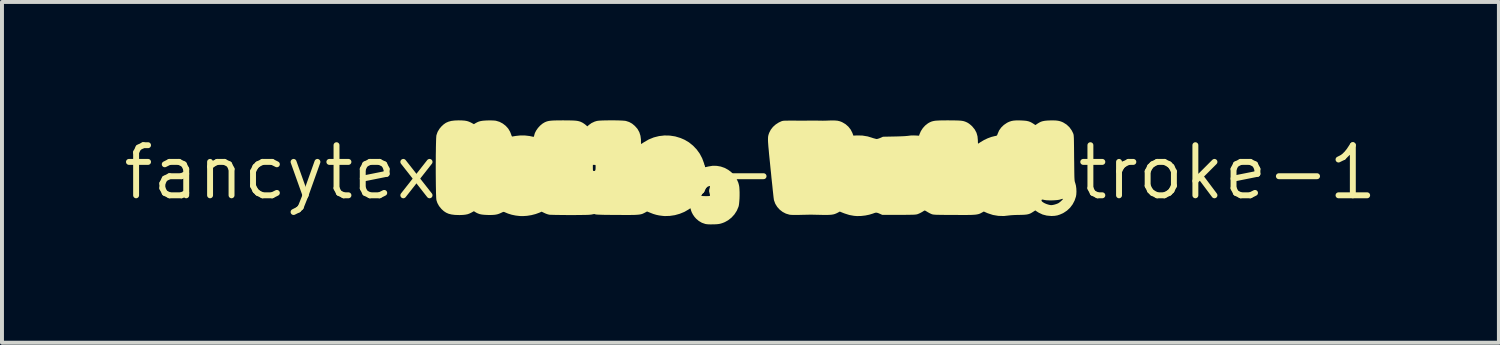
<source format=kicad_pcb>
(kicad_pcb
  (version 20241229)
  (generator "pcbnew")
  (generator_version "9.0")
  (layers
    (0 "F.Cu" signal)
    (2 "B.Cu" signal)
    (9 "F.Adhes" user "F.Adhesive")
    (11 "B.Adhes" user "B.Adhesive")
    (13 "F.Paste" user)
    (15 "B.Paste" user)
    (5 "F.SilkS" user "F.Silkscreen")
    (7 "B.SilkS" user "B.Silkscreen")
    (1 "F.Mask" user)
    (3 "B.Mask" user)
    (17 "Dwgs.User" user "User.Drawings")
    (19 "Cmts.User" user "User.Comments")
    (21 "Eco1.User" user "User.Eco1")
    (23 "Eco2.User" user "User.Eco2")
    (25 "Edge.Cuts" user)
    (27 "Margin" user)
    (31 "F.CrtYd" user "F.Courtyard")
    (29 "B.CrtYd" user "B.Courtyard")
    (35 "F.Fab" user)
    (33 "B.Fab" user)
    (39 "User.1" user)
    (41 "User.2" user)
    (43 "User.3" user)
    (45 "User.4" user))
  (footprint "fancytext-hello-world-stroke-1"
    (layer "F.Cu")
    (at 15.973 1.321)
    (property "Reference" "fancytext-hello-world-stroke-1" (at 0 0 0) (layer "F.SilkS") (effects (font (size 1.27 1.27) (thickness 0.15))))
    (attr board_only exclude_from_pos_files exclude_from_bom)
    (fp_poly (pts (xy -3.437 -1.32) (xy -3.359 -1.319) (xy -3.289 -1.316) (xy -3.229 -1.313) (xy -3.183 -1.309) (xy -3.157 -1.305) (xy -3.074 -1.278) (xy -3 -1.237) (xy -2.93 -1.179) (xy -2.929 -1.178) (xy -2.864 -1.104) (xy -2.817 -1.021) (xy -2.788 -0.93) (xy -2.775 -0.829) (xy -2.775 -0.803) (xy -2.775 -0.765) (xy -2.773 -0.736) (xy -2.772 -0.721) (xy -2.771 -0.72) (xy -2.762 -0.725) (xy -2.74 -0.739) (xy -2.71 -0.759) (xy -2.699 -0.766) (xy -2.578 -0.836) (xy -2.45 -0.888) (xy -2.318 -0.921) (xy -2.181 -0.937) (xy -2.044 -0.934) (xy -1.907 -0.913) (xy -1.774 -0.873) (xy -1.674 -0.83) (xy -1.559 -0.763) (xy -1.455 -0.679) (xy -1.363 -0.583) (xy -1.285 -0.475) (xy -1.223 -0.357) (xy -1.177 -0.233) (xy -1.173 -0.217) (xy -1.163 -0.179) (xy -1.155 -0.15) (xy -1.15 -0.134) (xy -1.15 -0.132) (xy -1.14 -0.134) (xy -1.116 -0.139) (xy -1.082 -0.147) (xy -1.07 -0.15) (xy -0.962 -0.168) (xy -0.855 -0.167) (xy -0.752 -0.149) (xy -0.654 -0.115) (xy -0.562 -0.065) (xy -0.48 -0.002) (xy -0.409 0.074) (xy -0.351 0.162) (xy -0.308 0.259) (xy -0.29 0.324) (xy -0.282 0.372) (xy -0.278 0.433) (xy -0.275 0.504) (xy -0.275 0.58) (xy -0.277 0.656) (xy -0.282 0.729) (xy -0.288 0.793) (xy -0.296 0.845) (xy -0.303 0.87) (xy -0.346 0.971) (xy -0.406 1.064) (xy -0.48 1.145) (xy -0.566 1.213) (xy -0.662 1.265) (xy -0.718 1.286) (xy -0.755 1.297) (xy -0.789 1.305) (xy -0.826 1.31) (xy -0.871 1.314) (xy -0.929 1.316) (xy -0.945 1.316) (xy -1.019 1.317) (xy -1.077 1.315) (xy -1.122 1.31) (xy -1.147 1.305) (xy -1.231 1.276) (xy -1.308 1.231) (xy -1.372 1.177) (xy -1.418 1.126) (xy -1.458 1.068) (xy -1.489 1.009) (xy -1.509 0.953) (xy -1.511 0.944) (xy -1.516 0.922) (xy -1.521 0.91) (xy -1.522 0.91) (xy -1.532 0.915) (xy -1.553 0.928) (xy -1.568 0.939) (xy -1.674 1) (xy -1.791 1.048) (xy -1.916 1.083) (xy -2.044 1.102) (xy -2.171 1.106) (xy -2.23 1.101) (xy -2.315 1.09) (xy -2.39 1.074) (xy -2.464 1.052) (xy -2.535 1.024) (xy -2.621 0.99) (xy -2.676 1.02) (xy -2.7 1.032) (xy -2.723 1.043) (xy -2.747 1.053) (xy -2.774 1.06) (xy -2.805 1.066) (xy -2.843 1.071) (xy -2.888 1.074) (xy -2.943 1.077) (xy -3.01 1.078) (xy -3.09 1.079) (xy -3.186 1.079) (xy -3.298 1.078) (xy -3.385 1.078) (xy -3.511 1.077) (xy -3.617 1.076) (xy -3.706 1.075) (xy -3.778 1.073) (xy -3.835 1.071) (xy -3.877 1.069) (xy -3.906 1.067) (xy -3.924 1.064) (xy -3.928 1.063) (xy -3.948 1.056) (xy -3.972 1.056) (xy -4.007 1.063) (xy -4.018 1.065) (xy -4.036 1.069) (xy -4.06 1.071) (xy -4.092 1.074) (xy -4.133 1.076) (xy -4.184 1.077) (xy -4.248 1.078) (xy -4.326 1.079) (xy -4.421 1.08) (xy -4.533 1.08) (xy -4.566 1.08) (xy -4.673 1.08) (xy -4.772 1.079) (xy -4.862 1.078) (xy -4.942 1.077) (xy -5.008 1.075) (xy -5.059 1.074) (xy -5.093 1.072) (xy -5.106 1.07) (xy -5.144 1.06) (xy -5.189 1.044) (xy -5.226 1.027) (xy -5.293 0.995) (xy -5.345 1.018) (xy -5.443 1.054) (xy -5.551 1.082) (xy -5.662 1.1) (xy -5.77 1.107) (xy -5.845 1.105) (xy -5.95 1.093) (xy -6.052 1.072) (xy -6.145 1.043) (xy -6.225 1.01) (xy -6.233 1.006) (xy -6.248 1) (xy -6.264 1.001) (xy -6.286 1.008) (xy -6.32 1.025) (xy -6.323 1.026) (xy -6.371 1.047) (xy -6.422 1.063) (xy -6.478 1.073) (xy -6.543 1.078) (xy -6.623 1.079) (xy -6.67 1.078) (xy -6.749 1.074) (xy -6.812 1.067) (xy -6.865 1.056) (xy -6.911 1.039) (xy -6.956 1.017) (xy -6.975 1.005) (xy -7.01 0.983) (xy -7.07 1.016) (xy -7.12 1.041) (xy -7.169 1.059) (xy -7.223 1.07) (xy -7.285 1.077) (xy -7.361 1.08) (xy -7.39 1.08) (xy -7.491 1.077) (xy -7.577 1.066) (xy -7.65 1.048) (xy -7.714 1.02) (xy -7.772 0.982) (xy -7.827 0.932) (xy -7.833 0.926) (xy -7.893 0.853) (xy -7.936 0.775) (xy -7.96 0.703) (xy -7.963 0.681) (xy -7.966 0.641) (xy -7.968 0.586) (xy -1.245 0.586) (xy -1.241 0.592) (xy -1.228 0.596) (xy -1.202 0.599) (xy -1.16 0.6) (xy -1.135 0.6) (xy -1.087 0.6) (xy -1.055 0.599) (xy -1.037 0.596) (xy -1.028 0.592) (xy -1.025 0.584) (xy -1.025 0.578) (xy -1.029 0.554) (xy -1.037 0.523) (xy -1.039 0.514) (xy -1.048 0.476) (xy -1.045 0.439) (xy -1.044 0.434) (xy -1.032 0.39) (xy -1.027 0.362) (xy -1.027 0.348) (xy -1.032 0.343) (xy -1.044 0.344) (xy -1.046 0.345) (xy -1.092 0.366) (xy -1.139 0.399) (xy -1.158 0.418) (xy -1.176 0.441) (xy -1.196 0.474) (xy -1.216 0.511) (xy -1.233 0.547) (xy -1.243 0.575) (xy -1.245 0.586) (xy -7.968 0.586) (xy -7.968 0.584) (xy -7.971 0.514) (xy -7.972 0.431) (xy -7.974 0.338) (xy -7.975 0.237) (xy -7.976 0.13) (xy -7.977 0.018) (xy -7.977 -0.096) (xy -7.977 -0.131) (xy -3.995 -0.131) (xy -3.994 -0.087) (xy -3.993 -0.06) (xy -3.988 -0.045) (xy -3.981 -0.039) (xy -3.978 -0.037) (xy -3.953 -0.036) (xy -3.937 -0.046) (xy -3.928 -0.071) (xy -3.925 -0.112) (xy -3.925 -0.124) (xy -3.925 -0.162) (xy -3.927 -0.185) (xy -3.933 -0.197) (xy -3.944 -0.205) (xy -3.956 -0.209) (xy -3.979 -0.216) (xy -3.991 -0.22) (xy -3.991 -0.22) (xy -3.993 -0.211) (xy -3.994 -0.186) (xy -3.995 -0.15) (xy -3.995 -0.131) (xy -7.977 -0.131) (xy -7.977 -0.21) (xy -7.976 -0.323) (xy -7.976 -0.433) (xy -7.974 -0.537) (xy -7.973 -0.633) (xy -7.971 -0.72) (xy -7.969 -0.796) (xy -7.967 -0.859) (xy -7.964 -0.906) (xy -7.961 -0.936) (xy -7.96 -0.943) (xy -7.93 -1.029) (xy -7.884 -1.105) (xy -7.833 -1.166) (xy -7.778 -1.217) (xy -7.721 -1.257) (xy -7.658 -1.285) (xy -7.586 -1.305) (xy -7.501 -1.316) (xy -7.402 -1.32) (xy -7.39 -1.32) (xy -7.308 -1.318) (xy -7.242 -1.313) (xy -7.186 -1.303) (xy -7.136 -1.287) (xy -7.087 -1.265) (xy -7.07 -1.256) (xy -7.01 -1.223) (xy -6.975 -1.245) (xy -6.93 -1.27) (xy -6.886 -1.289) (xy -6.838 -1.302) (xy -6.782 -1.311) (xy -6.712 -1.316) (xy -6.666 -1.318) (xy -6.589 -1.319) (xy -6.523 -1.317) (xy -6.472 -1.313) (xy -6.451 -1.31) (xy -6.361 -1.283) (xy -6.278 -1.239) (xy -6.203 -1.181) (xy -6.141 -1.112) (xy -6.093 -1.032) (xy -6.069 -0.97) (xy -6.058 -0.939) (xy -6.048 -0.917) (xy -6.041 -0.91) (xy -6.026 -0.912) (xy -5.998 -0.917) (xy -5.961 -0.923) (xy -5.95 -0.925) (xy -5.838 -0.937) (xy -5.718 -0.937) (xy -5.598 -0.923) (xy -5.514 -0.905) (xy -5.497 -0.903) (xy -5.488 -0.91) (xy -5.483 -0.931) (xy -5.482 -0.938) (xy -5.464 -0.999) (xy -5.431 -1.063) (xy -5.386 -1.127) (xy -5.333 -1.185) (xy -5.275 -1.234) (xy -5.227 -1.264) (xy -5.196 -1.279) (xy -5.166 -1.291) (xy -5.134 -1.3) (xy -5.098 -1.307) (xy -5.054 -1.312) (xy -5.001 -1.316) (xy -4.937 -1.318) (xy -4.857 -1.319) (xy -4.761 -1.32) (xy -4.745 -1.32) (xy -4.646 -1.319) (xy -4.564 -1.318) (xy -4.497 -1.316) (xy -4.443 -1.313) (xy -4.398 -1.308) (xy -4.361 -1.301) (xy -4.328 -1.292) (xy -4.298 -1.281) (xy -4.268 -1.266) (xy -4.264 -1.265) (xy -4.227 -1.242) (xy -4.189 -1.215) (xy -4.175 -1.203) (xy -4.135 -1.168) (xy -4.095 -1.203) (xy -4.029 -1.251) (xy -3.95 -1.288) (xy -3.893 -1.305) (xy -3.86 -1.31) (xy -3.812 -1.314) (xy -3.749 -1.317) (xy -3.678 -1.319) (xy -3.599 -1.32) (xy -3.518 -1.321)) (stroke (width 0) (type solid)) (fill yes) (layer "F.SilkS"))
    (fp_poly (pts (xy 5.115 -1.319) (xy 5.197 -1.318) (xy 5.264 -1.316) (xy 5.319 -1.313) (xy 5.364 -1.308) (xy 5.401 -1.301) (xy 5.434 -1.291) (xy 5.465 -1.279) (xy 5.496 -1.264) (xy 5.506 -1.259) (xy 5.542 -1.236) (xy 5.582 -1.204) (xy 5.62 -1.17) (xy 5.623 -1.166) (xy 5.686 -1.089) (xy 5.73 -1.006) (xy 5.756 -0.915) (xy 5.765 -0.815) (xy 5.765 -0.808) (xy 5.766 -0.771) (xy 5.767 -0.744) (xy 5.77 -0.731) (xy 5.771 -0.73) (xy 5.781 -0.735) (xy 5.803 -0.749) (xy 5.832 -0.768) (xy 5.833 -0.769) (xy 5.919 -0.82) (xy 6.013 -0.865) (xy 6.109 -0.9) (xy 6.2 -0.923) (xy 6.211 -0.924) (xy 6.235 -0.93) (xy 6.249 -0.939) (xy 6.259 -0.957) (xy 6.269 -0.985) (xy 6.304 -1.065) (xy 6.356 -1.138) (xy 6.423 -1.203) (xy 6.501 -1.256) (xy 6.529 -1.271) (xy 6.574 -1.29) (xy 6.619 -1.304) (xy 6.666 -1.313) (xy 6.722 -1.318) (xy 6.79 -1.319) (xy 6.849 -1.318) (xy 6.928 -1.314) (xy 6.991 -1.308) (xy 7.044 -1.297) (xy 7.09 -1.281) (xy 7.135 -1.258) (xy 7.172 -1.235) (xy 7.224 -1.201) (xy 7.274 -1.235) (xy 7.32 -1.263) (xy 7.364 -1.285) (xy 7.409 -1.299) (xy 7.461 -1.309) (xy 7.524 -1.315) (xy 7.59 -1.318) (xy 7.673 -1.319) (xy 7.74 -1.317) (xy 7.797 -1.31) (xy 7.846 -1.299) (xy 7.893 -1.283) (xy 7.93 -1.266) (xy 8.013 -1.214) (xy 8.085 -1.147) (xy 8.144 -1.065) (xy 8.177 -0.999) (xy 8.182 -0.987) (xy 8.186 -0.975) (xy 8.19 -0.962) (xy 8.193 -0.945) (xy 8.195 -0.924) (xy 8.197 -0.896) (xy 8.199 -0.859) (xy 8.2 -0.813) (xy 8.201 -0.755) (xy 8.202 -0.683) (xy 8.203 -0.597) (xy 8.204 -0.494) (xy 8.205 -0.373) (xy 8.205 -0.37) (xy 8.207 -0.248) (xy 8.208 -0.145) (xy 8.209 -0.058) (xy 8.21 0.014) (xy 8.211 0.072) (xy 8.212 0.119) (xy 8.214 0.157) (xy 8.216 0.186) (xy 8.218 0.209) (xy 8.221 0.227) (xy 8.225 0.242) (xy 8.229 0.256) (xy 8.234 0.27) (xy 8.234 0.27) (xy 8.251 0.333) (xy 8.261 0.408) (xy 8.264 0.487) (xy 8.26 0.562) (xy 8.251 0.613) (xy 8.217 0.714) (xy 8.167 0.809) (xy 8.102 0.895) (xy 8.024 0.968) (xy 7.936 1.026) (xy 7.915 1.037) (xy 7.844 1.068) (xy 7.78 1.089) (xy 7.715 1.1) (xy 7.642 1.104) (xy 7.625 1.104) (xy 7.512 1.094) (xy 7.407 1.067) (xy 7.307 1.02) (xy 7.255 0.987) (xy 7.221 0.963) (xy 7.17 0.996) (xy 7.129 1.022) (xy 7.091 1.042) (xy 7.052 1.056) (xy 7.008 1.066) (xy 6.955 1.072) (xy 6.891 1.075) (xy 6.814 1.077) (xy 6.75 1.078) (xy 6.689 1.08) (xy 6.635 1.083) (xy 6.592 1.086) (xy 6.569 1.089) (xy 6.424 1.105) (xy 6.283 1.101) (xy 6.147 1.078) (xy 6.016 1.035) (xy 5.983 1.021) (xy 5.916 0.991) (xy 5.863 1.02) (xy 5.839 1.033) (xy 5.816 1.044) (xy 5.792 1.053) (xy 5.765 1.06) (xy 5.734 1.066) (xy 5.696 1.071) (xy 5.65 1.074) (xy 5.595 1.077) (xy 5.528 1.078) (xy 5.447 1.079) (xy 5.351 1.079) (xy 5.238 1.078) (xy 5.155 1.078) (xy 5.04 1.077) (xy 4.944 1.077) (xy 4.864 1.076) (xy 4.798 1.075) (xy 4.746 1.074) (xy 4.704 1.073) (xy 4.672 1.071) (xy 4.647 1.069) (xy 4.628 1.066) (xy 4.613 1.063) (xy 4.6 1.059) (xy 4.587 1.054) (xy 4.582 1.052) (xy 4.54 1.032) (xy 4.495 1.007) (xy 4.472 0.993) (xy 4.441 0.974) (xy 4.421 0.966) (xy 4.407 0.968) (xy 4.405 0.969) (xy 4.353 1.002) (xy 4.297 1.032) (xy 4.244 1.055) (xy 4.235 1.058) (xy 4.219 1.062) (xy 4.201 1.066) (xy 4.179 1.068) (xy 4.15 1.071) (xy 4.113 1.072) (xy 4.065 1.073) (xy 4.004 1.074) (xy 3.929 1.075) (xy 3.838 1.075) (xy 3.76 1.075) (xy 3.34 1.075) (xy 3.275 1.046) (xy 3.234 1.029) (xy 3.204 1.021) (xy 3.176 1.02) (xy 3.144 1.028) (xy 3.104 1.043) (xy 3.013 1.071) (xy 2.91 1.092) (xy 2.803 1.104) (xy 2.699 1.106) (xy 2.624 1.1) (xy 2.508 1.079) (xy 2.391 1.042) (xy 2.348 1.026) (xy 2.265 0.992) (xy 2.212 1.021) (xy 2.175 1.039) (xy 2.137 1.054) (xy 2.096 1.065) (xy 2.049 1.072) (xy 1.992 1.076) (xy 1.922 1.078) (xy 1.838 1.077) (xy 1.783 1.076) (xy 1.709 1.074) (xy 1.65 1.073) (xy 1.604 1.072) (xy 1.565 1.071) (xy 1.529 1.071) (xy 1.493 1.071) (xy 1.453 1.072) (xy 1.405 1.073) (xy 1.344 1.074) (xy 1.274 1.076) (xy 1.183 1.078) (xy 1.106 1.078) (xy 1.045 1.076) (xy 1.002 1.073) (xy 0.99 1.071) (xy 0.899 1.044) (xy 0.816 1.001) (xy 0.742 0.944) (xy 0.679 0.874) (xy 0.63 0.795) (xy 0.598 0.708) (xy 0.597 0.703) (xy 7.379 0.703) (xy 7.38 0.721) (xy 7.394 0.74) (xy 7.425 0.762) (xy 7.46 0.782) (xy 7.502 0.8) (xy 7.552 0.816) (xy 7.6 0.827) (xy 7.625 0.829) (xy 7.649 0.827) (xy 7.683 0.821) (xy 7.708 0.815) (xy 7.748 0.803) (xy 7.785 0.789) (xy 7.803 0.781) (xy 7.826 0.766) (xy 7.854 0.744) (xy 7.882 0.719) (xy 7.906 0.695) (xy 7.922 0.676) (xy 7.925 0.669) (xy 7.917 0.668) (xy 7.894 0.673) (xy 7.867 0.682) (xy 7.825 0.693) (xy 7.769 0.701) (xy 7.703 0.706) (xy 7.633 0.709) (xy 7.564 0.708) (xy 7.502 0.705) (xy 7.453 0.698) (xy 7.417 0.69) (xy 7.396 0.688) (xy 7.386 0.691) (xy 7.38 0.699) (xy 7.379 0.703) (xy 0.597 0.703) (xy 0.594 0.69) (xy 0.592 0.673) (xy 0.587 0.638) (xy 0.581 0.586) (xy 0.574 0.519) (xy 0.565 0.439) (xy 0.556 0.347) (xy 0.545 0.246) (xy 0.533 0.136) (xy 0.522 0.02) (xy 0.51 -0.091) (xy 0.496 -0.235) (xy 0.483 -0.361) (xy 0.472 -0.469) (xy 0.464 -0.563) (xy 0.456 -0.642) (xy 0.451 -0.709) (xy 0.447 -0.764) (xy 0.445 -0.811) (xy 0.445 -0.849) (xy 0.446 -0.88) (xy 0.448 -0.907) (xy 0.452 -0.93) (xy 0.457 -0.951) (xy 0.464 -0.972) (xy 0.471 -0.993) (xy 0.476 -1.006) (xy 0.515 -1.082) (xy 0.57 -1.153) (xy 0.639 -1.215) (xy 0.718 -1.266) (xy 0.772 -1.291) (xy 0.786 -1.297) (xy 0.798 -1.302) (xy 0.811 -1.305) (xy 0.826 -1.308) (xy 0.845 -1.31) (xy 0.871 -1.312) (xy 0.905 -1.313) (xy 0.95 -1.313) (xy 1.007 -1.314) (xy 1.078 -1.314) (xy 1.167 -1.313) (xy 1.232 -1.313) (xy 1.261 -1.313) (xy 1.305 -1.313) (xy 1.362 -1.313) (xy 1.427 -1.313) (xy 1.497 -1.314) (xy 1.528 -1.314) (xy 1.597 -1.314) (xy 1.662 -1.314) (xy 1.719 -1.313) (xy 1.765 -1.313) (xy 1.796 -1.312) (xy 1.805 -1.312) (xy 1.831 -1.311) (xy 1.872 -1.312) (xy 1.924 -1.313) (xy 1.98 -1.315) (xy 2 -1.316) (xy 2.083 -1.318) (xy 2.15 -1.316) (xy 2.206 -1.311) (xy 2.255 -1.3) (xy 2.301 -1.284) (xy 2.33 -1.271) (xy 2.411 -1.223) (xy 2.483 -1.16) (xy 2.541 -1.086) (xy 2.583 -1.004) (xy 2.587 -0.994) (xy 2.609 -0.933) (xy 2.7 -0.938) (xy 2.836 -0.935) (xy 2.971 -0.913) (xy 3.07 -0.883) (xy 3.115 -0.868) (xy 3.156 -0.857) (xy 3.187 -0.849) (xy 3.2 -0.847) (xy 3.224 -0.851) (xy 3.259 -0.862) (xy 3.295 -0.876) (xy 3.36 -0.905) (xy 3.66 -0.911) (xy 3.745 -0.913) (xy 3.823 -0.916) (xy 3.892 -0.919) (xy 3.949 -0.923) (xy 3.991 -0.927) (xy 4.015 -0.93) (xy 4.062 -0.936) (xy 4.124 -0.938) (xy 4.172 -0.937) (xy 4.274 -0.931) (xy 4.286 -0.968) (xy 4.32 -1.047) (xy 4.369 -1.122) (xy 4.428 -1.188) (xy 4.495 -1.241) (xy 4.524 -1.259) (xy 4.556 -1.275) (xy 4.586 -1.288) (xy 4.619 -1.298) (xy 4.655 -1.306) (xy 4.697 -1.312) (xy 4.749 -1.315) (xy 4.812 -1.318) (xy 4.889 -1.319) (xy 4.984 -1.32) (xy 5.015 -1.32)) (stroke (width 0) (type solid)) (fill yes) (layer "F.SilkS")))
  (gr_rect
    (start -3 -3)
    (end 34.946 5.638)
    (stroke (width 0.1) (type default))
    (fill no)
    (layer "Edge.Cuts")))
</source>
